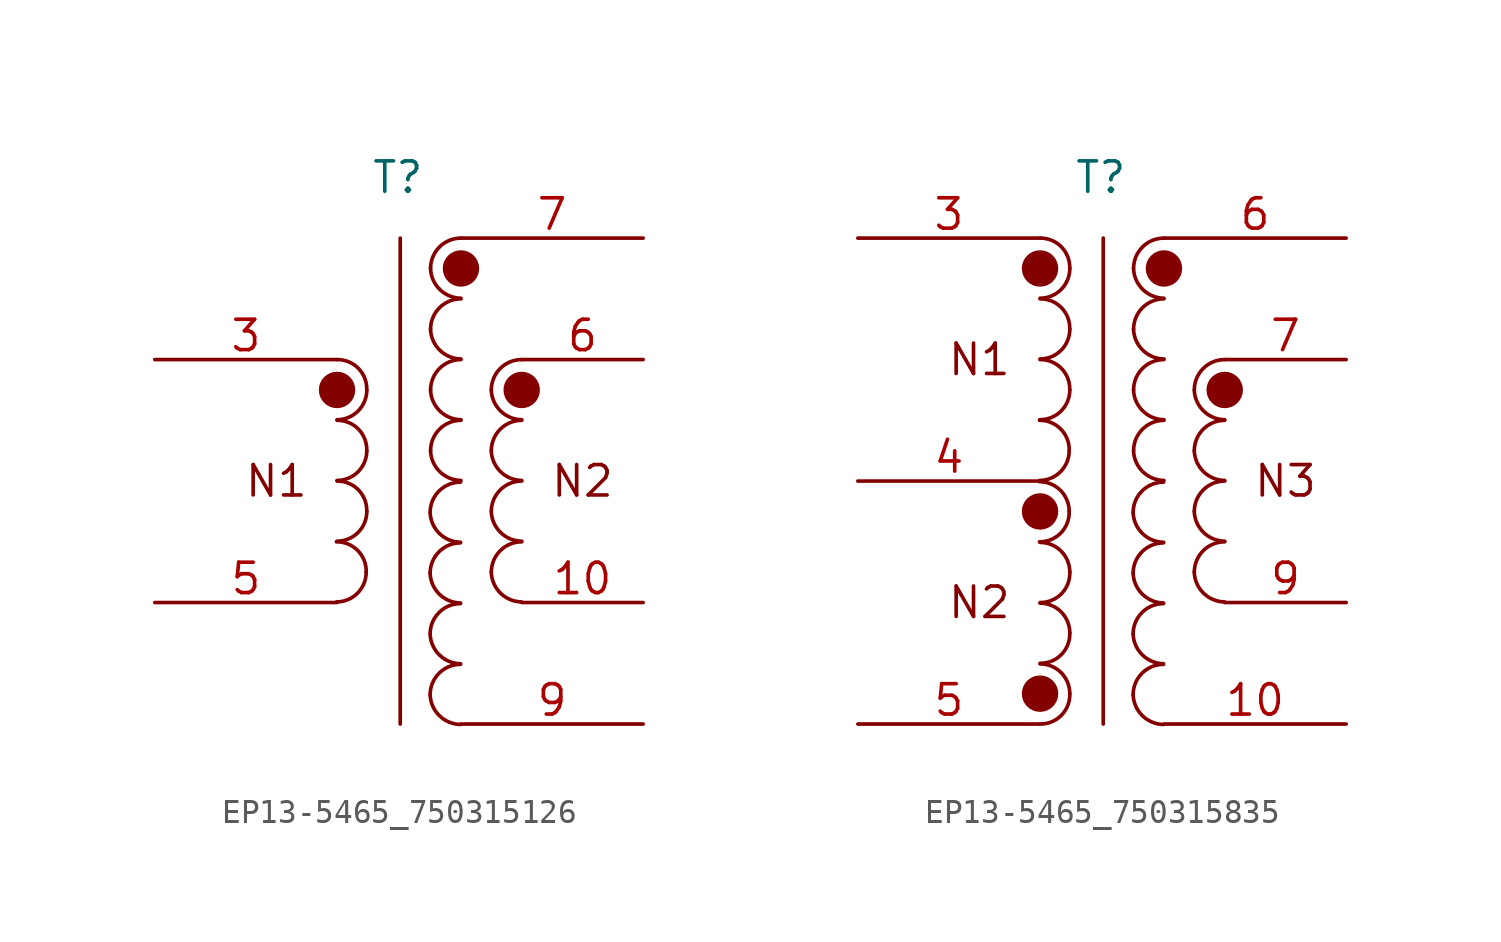
<source format=kicad_sym>
(kicad_symbol_lib
  (version 20220914)
  (generator kicad_symbol_editor)
  (symbol "EP13-5465_750315126"
    (pin_names hide)
    (property "Reference" "T"
      (at 0 12.7 0)
      (effects (font (size 1.27 1.27))))
    (property "Critical Parameter" ""
      (at 0 -5.08 0)
      (effects (font (size 1.27 1.27))))
    (symbol "EP13-5465_750315126_0_1"
      (arc (start -2.5654 -5.0546) (mid -1.6855 -4.6899) (end -1.3208 -3.81) (stroke (width 0) (type default)) (fill (type none)))
      (arc (start -2.54 -2.5146) (mid -1.6596 -2.1504) (end -1.2954 -1.27) (stroke (width 0) (type default)) (fill (type none)))
      (arc (start -2.54 0.0254) (mid -1.6596 0.3896) (end -1.2954 1.27) (stroke (width 0) (type default)) (fill (type none)))
      (arc (start -2.54 2.5654) (mid -1.6596 2.9296) (end -1.2954 3.81) (stroke (width 0) (type default)) (fill (type none)))
      (arc (start -1.3208 -3.81) (mid -1.6712 -2.9086) (end -2.5654 -2.54) (stroke (width 0) (type default)) (fill (type none)))
      (arc (start -1.2954 -1.27) (mid -1.6455 -0.3683) (end -2.54 0) (stroke (width 0) (type default)) (fill (type none)))
      (arc (start -1.2954 1.27) (mid -1.6455 2.1717) (end -2.54 2.54) (stroke (width 0) (type default)) (fill (type none)))
      (arc (start -1.2954 3.81) (mid -1.6455 4.7117) (end -2.54 5.08) (stroke (width 0) (type default)) (fill (type none)))
      (polyline (pts (xy 0.102 10.16) (xy 0.102 -10.16)) (stroke (width 0) (type default)) (fill (type none)))
      (arc (start 1.3531 -8.9345) (mid 1.7392 -9.8108) (end 2.6231 -10.1791) (stroke (width 0) (type default)) (fill (type none)))
      (arc (start 1.3531 -6.3945) (mid 1.7392 -7.2708) (end 2.6231 -7.6391) (stroke (width 0) (type default)) (fill (type none)))
      (arc (start 1.3531 -3.8545) (mid 1.7392 -4.7308) (end 2.6231 -5.0991) (stroke (width 0) (type default)) (fill (type none)))
      (arc (start 1.3531 -1.3145) (mid 1.7392 -2.1908) (end 2.6231 -2.5591) (stroke (width 0) (type default)) (fill (type none)))
      (arc (start 1.3716 1.27) (mid 1.7577 0.3937) (end 2.6416 0.0254) (stroke (width 0) (type default)) (fill (type none)))
      (arc (start 1.3716 3.81) (mid 1.7577 2.9337) (end 2.6416 2.5654) (stroke (width 0) (type default)) (fill (type none)))
      (arc (start 1.3716 6.35) (mid 1.7577 5.4737) (end 2.6416 5.1054) (stroke (width 0) (type default)) (fill (type none)))
      (arc (start 1.3716 8.89) (mid 1.7577 8.0137) (end 2.6416 7.6454) (stroke (width 0) (type default)) (fill (type none)))
      (arc (start 2.6231 -7.6645) (mid 1.7252 -8.0366) (end 1.3531 -8.9345) (stroke (width 0) (type default)) (fill (type none)))
      (arc (start 2.6231 -5.1245) (mid 1.7252 -5.4966) (end 1.3531 -6.3945) (stroke (width 0) (type default)) (fill (type none)))
      (arc (start 2.6231 -2.5845) (mid 1.7252 -2.9566) (end 1.3531 -3.8545) (stroke (width 0) (type default)) (fill (type none)))
      (arc (start 2.6231 -0.0445) (mid 1.7252 -0.4166) (end 1.3531 -1.3145) (stroke (width 0) (type default)) (fill (type none)))
      (arc (start 2.6416 2.54) (mid 1.7436 2.168) (end 1.3716 1.27) (stroke (width 0) (type default)) (fill (type none)))
      (arc (start 2.6416 5.08) (mid 1.7436 4.708) (end 1.3716 3.81) (stroke (width 0) (type default)) (fill (type none)))
      (arc (start 2.6416 7.62) (mid 1.7436 7.248) (end 1.3716 6.35) (stroke (width 0) (type default)) (fill (type none)))
      (arc (start 2.6416 10.16) (mid 1.7436 9.788) (end 1.3716 8.89) (stroke (width 0) (type default)) (fill (type none)))
      (arc (start 3.9116 -3.81) (mid 4.2976 -4.6864) (end 5.1816 -5.0546) (stroke (width 0) (type default)) (fill (type none)))
      (arc (start 3.9116 -1.27) (mid 4.2976 -2.1464) (end 5.1816 -2.5146) (stroke (width 0) (type default)) (fill (type none)))
      (arc (start 3.9116 1.27) (mid 4.2976 0.3936) (end 5.1816 0.0254) (stroke (width 0) (type default)) (fill (type none)))
      (arc (start 3.9116 3.81) (mid 4.2976 2.9336) (end 5.1816 2.5654) (stroke (width 0) (type default)) (fill (type none)))
      (arc (start 5.1816 -2.54) (mid 4.2836 -2.912) (end 3.9116 -3.81) (stroke (width 0) (type default)) (fill (type none)))
      (arc (start 5.1816 0) (mid 4.2836 -0.372) (end 3.9116 -1.27) (stroke (width 0) (type default)) (fill (type none)))
      (arc (start 5.1816 2.54) (mid 4.2836 2.168) (end 3.9116 1.27) (stroke (width 0) (type default)) (fill (type none)))
      (arc (start 5.1816 5.08) (mid 4.2836 4.708) (end 3.9116 3.81) (stroke (width 0) (type default)) (fill (type none))))
    (symbol "EP13-5465_750315126_1_1"
      (circle (center -2.54 3.81) (radius 0.0001) (stroke (width 0.762) (type default)) (fill (type none)))
      (circle (center 2.642 8.89) (radius 0.0001) (stroke (width 0.762) (type default)) (fill (type none)))
      (circle (center 5.182 3.81) (radius 0.0001) (stroke (width 0.762) (type default)) (fill (type none)))
      (text "N1" (at -5.08 0 0) (effects (font (size 1.27 1.27))))
      (text "N2" (at 7.722 0 0) (effects (font (size 1.27 1.27))))
      (pin passive line (at 10.262 -5.08 180) (length 5.08) (name "10" (effects (font (size 1.27 1.27)))) (number "10" (effects (font (size 1.27 1.27)))))
      (pin passive line (at -10.16 5.08 0) (length 7.62) (name "3" (effects (font (size 1.27 1.27)))) (number "3" (effects (font (size 1.27 1.27)))))
      (pin passive line (at -10.16 -5.08 0) (length 7.62) (name "5" (effects (font (size 1.27 1.27)))) (number "5" (effects (font (size 1.27 1.27)))))
      (pin passive line (at 10.262 5.08 180) (length 5.08) (name "6" (effects (font (size 1.27 1.27)))) (number "6" (effects (font (size 1.27 1.27)))))
      (pin passive line (at 10.262 10.16 180) (length 7.62) (name "7" (effects (font (size 1.27 1.27)))) (number "7" (effects (font (size 1.27 1.27)))))
      (pin passive line (at 10.262 -10.16 180) (length 7.62) (name "9" (effects (font (size 1.27 1.27)))) (number "9" (effects (font (size 1.27 1.27)))))))
  (symbol "EP13-5465_750315835"
    (pin_names hide)
    (property "Reference" "T"
      (at 0 12.7 0)
      (effects (font (size 1.27 1.27))))
    (property "Critical Parameter" ""
      (at 0 -5.08 0)
      (effects (font (size 1.27 1.27))))
    (symbol "EP13-5465_750315835_0_1"
      (arc (start -2.5654 -2.54) (mid -1.6712 -2.1714) (end -1.3208 -1.27) (stroke (width 0) (type default)) (fill (type none)))
      (arc (start -2.5654 0.0254) (mid -1.6855 0.3901) (end -1.3208 1.27) (stroke (width 0) (type default)) (fill (type none)))
      (arc (start -2.54 -10.16) (mid -1.6455 -9.7917) (end -1.2954 -8.89) (stroke (width 0) (type default)) (fill (type none)))
      (arc (start -2.54 -7.62) (mid -1.6455 -7.2517) (end -1.2954 -6.35) (stroke (width 0) (type default)) (fill (type none)))
      (arc (start -2.54 -5.08) (mid -1.6455 -4.7117) (end -1.2954 -3.81) (stroke (width 0) (type default)) (fill (type none)))
      (arc (start -2.54 2.5654) (mid -1.6596 2.9296) (end -1.2954 3.81) (stroke (width 0) (type default)) (fill (type none)))
      (arc (start -2.54 5.1054) (mid -1.6596 5.4696) (end -1.2954 6.35) (stroke (width 0) (type default)) (fill (type none)))
      (arc (start -2.54 7.6454) (mid -1.6596 8.0096) (end -1.2954 8.89) (stroke (width 0) (type default)) (fill (type none)))
      (arc (start -1.3208 -1.27) (mid -1.6855 -0.3901) (end -2.5654 -0.0254) (stroke (width 0) (type default)) (fill (type none)))
      (arc (start -1.3208 1.27) (mid -1.6712 2.1714) (end -2.5654 2.54) (stroke (width 0) (type default)) (fill (type none)))
      (arc (start -1.2954 -8.89) (mid -1.6596 -8.0096) (end -2.54 -7.6454) (stroke (width 0) (type default)) (fill (type none)))
      (arc (start -1.2954 -6.35) (mid -1.6596 -5.4696) (end -2.54 -5.1054) (stroke (width 0) (type default)) (fill (type none)))
      (arc (start -1.2954 -3.81) (mid -1.6596 -2.9296) (end -2.54 -2.5654) (stroke (width 0) (type default)) (fill (type none)))
      (arc (start -1.2954 3.81) (mid -1.6455 4.7117) (end -2.54 5.08) (stroke (width 0) (type default)) (fill (type none)))
      (arc (start -1.2954 6.35) (mid -1.6455 7.2517) (end -2.54 7.62) (stroke (width 0) (type default)) (fill (type none)))
      (arc (start -1.2954 8.89) (mid -1.6455 9.7917) (end -2.54 10.16) (stroke (width 0) (type default)) (fill (type none)))
      (polyline (pts (xy 0.102 10.16) (xy 0.102 -10.16)) (stroke (width 0) (type default)) (fill (type none)))
      (arc (start 1.3531 -8.9345) (mid 1.7392 -9.8108) (end 2.6231 -10.1791) (stroke (width 0) (type default)) (fill (type none)))
      (arc (start 1.3531 -6.3945) (mid 1.7392 -7.2708) (end 2.6231 -7.6391) (stroke (width 0) (type default)) (fill (type none)))
      (arc (start 1.3531 -3.8545) (mid 1.7392 -4.7308) (end 2.6231 -5.0991) (stroke (width 0) (type default)) (fill (type none)))
      (arc (start 1.3531 -1.3145) (mid 1.7392 -2.1908) (end 2.6231 -2.5591) (stroke (width 0) (type default)) (fill (type none)))
      (arc (start 1.3716 1.27) (mid 1.7577 0.3937) (end 2.6416 0.0254) (stroke (width 0) (type default)) (fill (type none)))
      (arc (start 1.3716 3.81) (mid 1.7577 2.9337) (end 2.6416 2.5654) (stroke (width 0) (type default)) (fill (type none)))
      (arc (start 1.3716 6.35) (mid 1.7577 5.4737) (end 2.6416 5.1054) (stroke (width 0) (type default)) (fill (type none)))
      (arc (start 1.3716 8.89) (mid 1.7577 8.0137) (end 2.6416 7.6454) (stroke (width 0) (type default)) (fill (type none)))
      (arc (start 2.6231 -7.6645) (mid 1.7252 -8.0366) (end 1.3531 -8.9345) (stroke (width 0) (type default)) (fill (type none)))
      (arc (start 2.6231 -5.1245) (mid 1.7252 -5.4966) (end 1.3531 -6.3945) (stroke (width 0) (type default)) (fill (type none)))
      (arc (start 2.6231 -2.5845) (mid 1.7252 -2.9566) (end 1.3531 -3.8545) (stroke (width 0) (type default)) (fill (type none)))
      (arc (start 2.6231 -0.0445) (mid 1.7252 -0.4166) (end 1.3531 -1.3145) (stroke (width 0) (type default)) (fill (type none)))
      (arc (start 2.6416 2.54) (mid 1.7436 2.168) (end 1.3716 1.27) (stroke (width 0) (type default)) (fill (type none)))
      (arc (start 2.6416 5.08) (mid 1.7436 4.708) (end 1.3716 3.81) (stroke (width 0) (type default)) (fill (type none)))
      (arc (start 2.6416 7.62) (mid 1.7436 7.248) (end 1.3716 6.35) (stroke (width 0) (type default)) (fill (type none)))
      (arc (start 2.6416 10.16) (mid 1.7436 9.788) (end 1.3716 8.89) (stroke (width 0) (type default)) (fill (type none)))
      (arc (start 3.9116 -3.81) (mid 4.2976 -4.6864) (end 5.1816 -5.0546) (stroke (width 0) (type default)) (fill (type none)))
      (arc (start 3.9116 -1.27) (mid 4.2976 -2.1464) (end 5.1816 -2.5146) (stroke (width 0) (type default)) (fill (type none)))
      (arc (start 3.9116 1.27) (mid 4.2976 0.3936) (end 5.1816 0.0254) (stroke (width 0) (type default)) (fill (type none)))
      (arc (start 3.9116 3.81) (mid 4.2976 2.9336) (end 5.1816 2.5654) (stroke (width 0) (type default)) (fill (type none)))
      (arc (start 5.1816 -2.54) (mid 4.2836 -2.912) (end 3.9116 -3.81) (stroke (width 0) (type default)) (fill (type none)))
      (arc (start 5.1816 0) (mid 4.2836 -0.372) (end 3.9116 -1.27) (stroke (width 0) (type default)) (fill (type none)))
      (arc (start 5.1816 2.54) (mid 4.2836 2.168) (end 3.9116 1.27) (stroke (width 0) (type default)) (fill (type none)))
      (arc (start 5.1816 5.08) (mid 4.2836 4.708) (end 3.9116 3.81) (stroke (width 0) (type default)) (fill (type none))))
    (symbol "EP13-5465_750315835_1_1"
      (circle (center -2.54 -8.89) (radius 0.0001) (stroke (width 0.762) (type default)) (fill (type none)))
      (circle (center -2.54 -1.27) (radius 0.0001) (stroke (width 0.762) (type default)) (fill (type none)))
      (circle (center -2.54 8.89) (radius 0.0001) (stroke (width 0.762) (type default)) (fill (type none)))
      (circle (center 2.642 8.89) (radius 0.0001) (stroke (width 0.762) (type default)) (fill (type none)))
      (circle (center 5.182 3.81) (radius 0.0001) (stroke (width 0.762) (type default)) (fill (type none)))
      (text "N1" (at -5.08 5.08 0) (effects (font (size 1.27 1.27))))
      (text "N2" (at -5.08 -5.08 0) (effects (font (size 1.27 1.27))))
      (text "N3" (at 7.722 0 0) (effects (font (size 1.27 1.27))))
      (pin passive line (at 10.262 -10.16 180) (length 7.62) (name "10" (effects (font (size 1.27 1.27)))) (number "10" (effects (font (size 1.27 1.27)))))
      (pin passive line (at -10.16 10.16 0) (length 7.62) (name "3" (effects (font (size 1.27 1.27)))) (number "3" (effects (font (size 1.27 1.27)))))
      (pin passive line (at -10.16 0 0) (length 7.62) (name "4" (effects (font (size 1.27 1.27)))) (number "4" (effects (font (size 1.27 1.27)))))
      (pin passive line (at -10.16 -10.16 0) (length 7.62) (name "5" (effects (font (size 1.27 1.27)))) (number "5" (effects (font (size 1.27 1.27)))))
      (pin passive line (at 10.262 10.16 180) (length 7.62) (name "6" (effects (font (size 1.27 1.27)))) (number "6" (effects (font (size 1.27 1.27)))))
      (pin passive line (at 10.262 5.08 180) (length 5.08) (name "7" (effects (font (size 1.27 1.27)))) (number "7" (effects (font (size 1.27 1.27)))))
      (pin passive line (at 10.262 -5.08 180) (length 5.08) (name "9" (effects (font (size 1.27 1.27)))) (number "9" (effects (font (size 1.27 1.27))))))))
</source>
